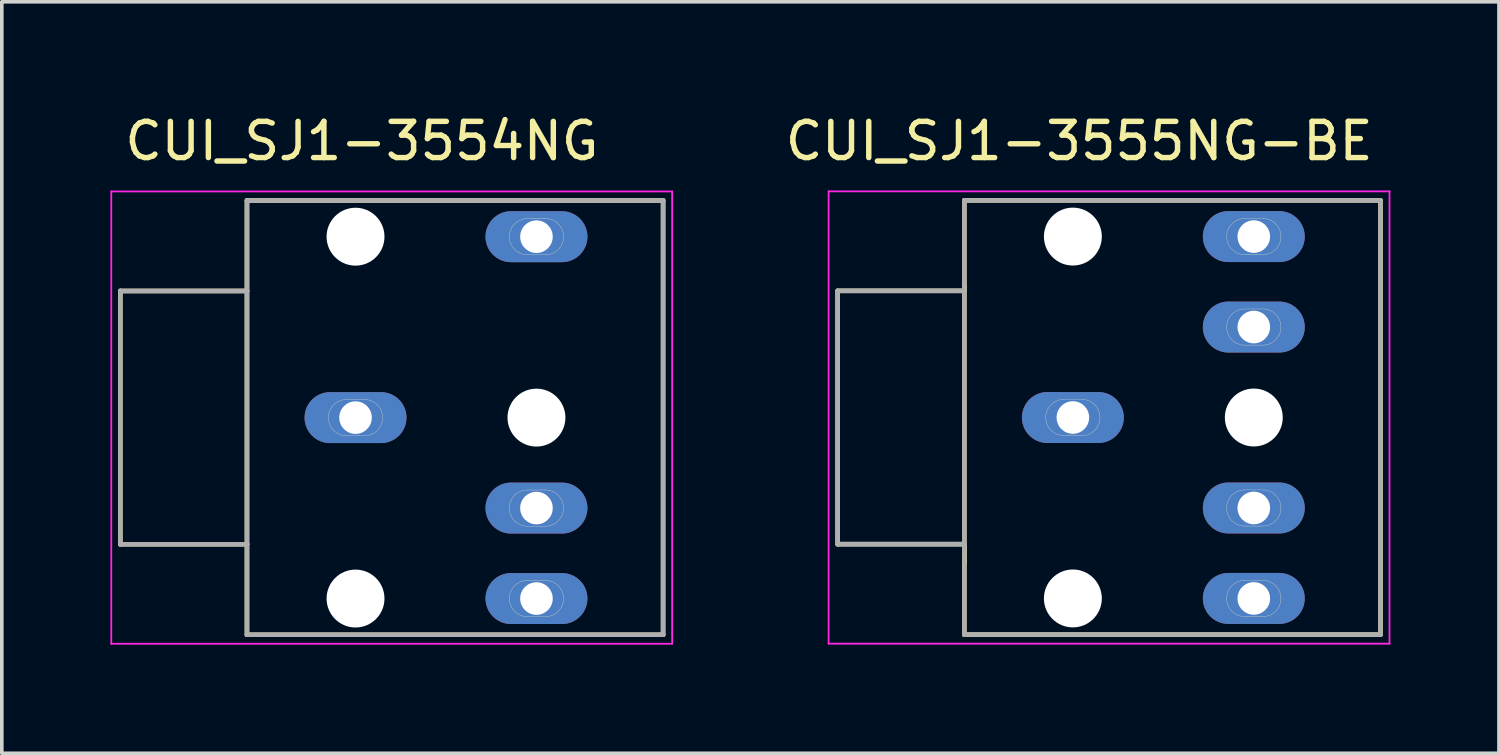
<source format=kicad_pcb>
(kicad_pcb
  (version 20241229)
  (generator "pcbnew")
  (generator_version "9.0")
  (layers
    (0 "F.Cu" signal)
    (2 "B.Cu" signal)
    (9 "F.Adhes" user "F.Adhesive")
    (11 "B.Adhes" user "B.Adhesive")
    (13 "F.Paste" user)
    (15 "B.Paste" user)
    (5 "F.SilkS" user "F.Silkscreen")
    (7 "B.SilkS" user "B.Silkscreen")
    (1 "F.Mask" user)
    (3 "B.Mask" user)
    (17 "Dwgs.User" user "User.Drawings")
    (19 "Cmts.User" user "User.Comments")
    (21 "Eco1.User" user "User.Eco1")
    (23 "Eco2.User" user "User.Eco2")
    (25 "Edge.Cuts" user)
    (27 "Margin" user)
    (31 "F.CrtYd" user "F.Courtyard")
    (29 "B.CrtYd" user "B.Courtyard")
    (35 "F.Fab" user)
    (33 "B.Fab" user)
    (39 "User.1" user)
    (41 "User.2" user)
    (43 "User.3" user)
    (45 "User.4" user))
  (footprint "CUI_SJ1-3555NG-BE"
    (layer "F.Cu")
    (at 26.599 8.488)
    (property "Reference" "CUI_SJ1-3555NG-BE" (at 0.175 -7.639 0) (layer "F.SilkS") (effects (font (size 1.001 1.001) (thickness 0.15))))
    (attr through_hole)
    (fp_line (start -6.5 -3.5) (end -3 -3.5) (stroke (width 0.127) (type solid)) (layer "F.SilkS"))
    (fp_line (start -6.5 3.5) (end -6.5 -3.5) (stroke (width 0.127) (type solid)) (layer "F.SilkS"))
    (fp_line (start -3 -6) (end 8.5 -6) (stroke (width 0.127) (type solid)) (layer "F.SilkS"))
    (fp_line (start -3 -3.6) (end -3 -6) (stroke (width 0.127) (type solid)) (layer "F.SilkS"))
    (fp_line (start -3 -3.6) (end -3 4) (stroke (width 0.127) (type solid)) (layer "F.SilkS"))
    (fp_line (start -3 -3.5) (end -3 -3.6) (stroke (width 0.127) (type solid)) (layer "F.SilkS"))
    (fp_line (start -3 3.5) (end -6.5 3.5) (stroke (width 0.127) (type solid)) (layer "F.SilkS"))
    (fp_line (start -3 4) (end -3 3.5) (stroke (width 0.127) (type solid)) (layer "F.SilkS"))
    (fp_line (start -3 6) (end -3 4) (stroke (width 0.127) (type solid)) (layer "F.SilkS"))
    (fp_line (start 8.5 -6) (end 8.5 6) (stroke (width 0.127) (type solid)) (layer "F.SilkS"))
    (fp_line (start 8.5 6) (end -3 6) (stroke (width 0.127) (type solid)) (layer "F.SilkS"))
    (fp_line (start -0.25 0.5) (end 0.25 0.5) (stroke (width 0.01) (type solid)) (layer "Edge.Cuts"))
    (fp_line (start 0.25 -0.5) (end -0.25 -0.5) (stroke (width 0.01) (type solid)) (layer "Edge.Cuts"))
    (fp_line (start 4.75 -4.5) (end 5.25 -4.5) (stroke (width 0.01) (type solid)) (layer "Edge.Cuts"))
    (fp_line (start 4.75 -2) (end 5.25 -2) (stroke (width 0.01) (type solid)) (layer "Edge.Cuts"))
    (fp_line (start 4.75 3) (end 5.25 3) (stroke (width 0.01) (type solid)) (layer "Edge.Cuts"))
    (fp_line (start 4.75 5.5) (end 5.25 5.5) (stroke (width 0.01) (type solid)) (layer "Edge.Cuts"))
    (fp_line (start 5.25 -5.5) (end 4.75 -5.5) (stroke (width 0.01) (type solid)) (layer "Edge.Cuts"))
    (fp_line (start 5.25 -3) (end 4.75 -3) (stroke (width 0.01) (type solid)) (layer "Edge.Cuts"))
    (fp_line (start 5.25 2) (end 4.75 2) (stroke (width 0.01) (type solid)) (layer "Edge.Cuts"))
    (fp_line (start 5.25 4.5) (end 4.75 4.5) (stroke (width 0.01) (type solid)) (layer "Edge.Cuts"))
    (fp_arc (start -0.75 0) (mid -0.603553 -0.353553) (end -0.25 -0.5) (stroke (width 0.01) (type solid)) (layer "Edge.Cuts"))
    (fp_arc (start -0.25 0.5) (mid -0.603553 0.353553) (end -0.75 0) (stroke (width 0.01) (type solid)) (layer "Edge.Cuts"))
    (fp_arc (start 0.25 -0.5) (mid 0.603553 -0.353553) (end 0.75 0) (stroke (width 0.01) (type solid)) (layer "Edge.Cuts"))
    (fp_arc (start 0.75 0) (mid 0.603553 0.353553) (end 0.25 0.5) (stroke (width 0.01) (type solid)) (layer "Edge.Cuts"))
    (fp_arc (start 4.25 -5) (mid 4.396447 -5.353553) (end 4.75 -5.5) (stroke (width 0.01) (type solid)) (layer "Edge.Cuts"))
    (fp_arc (start 4.25 -2.5) (mid 4.396447 -2.853553) (end 4.75 -3) (stroke (width 0.01) (type solid)) (layer "Edge.Cuts"))
    (fp_arc (start 4.25 2.5) (mid 4.396447 2.146447) (end 4.75 2) (stroke (width 0.01) (type solid)) (layer "Edge.Cuts"))
    (fp_arc (start 4.25 5) (mid 4.396447 4.646447) (end 4.75 4.5) (stroke (width 0.01) (type solid)) (layer "Edge.Cuts"))
    (fp_arc (start 4.75 -4.5) (mid 4.396447 -4.646447) (end 4.25 -5) (stroke (width 0.01) (type solid)) (layer "Edge.Cuts"))
    (fp_arc (start 4.75 -2) (mid 4.396447 -2.146447) (end 4.25 -2.5) (stroke (width 0.01) (type solid)) (layer "Edge.Cuts"))
    (fp_arc (start 4.75 3) (mid 4.396447 2.853553) (end 4.25 2.5) (stroke (width 0.01) (type solid)) (layer "Edge.Cuts"))
    (fp_arc (start 4.75 5.5) (mid 4.396447 5.353553) (end 4.25 5) (stroke (width 0.01) (type solid)) (layer "Edge.Cuts"))
    (fp_arc (start 5.25 -5.5) (mid 5.603553 -5.353553) (end 5.75 -5) (stroke (width 0.01) (type solid)) (layer "Edge.Cuts"))
    (fp_arc (start 5.25 -3) (mid 5.603553 -2.853553) (end 5.75 -2.5) (stroke (width 0.01) (type solid)) (layer "Edge.Cuts"))
    (fp_arc (start 5.25 2) (mid 5.603553 2.146447) (end 5.75 2.5) (stroke (width 0.01) (type solid)) (layer "Edge.Cuts"))
    (fp_arc (start 5.25 4.5) (mid 5.603553 4.646447) (end 5.75 5) (stroke (width 0.01) (type solid)) (layer "Edge.Cuts"))
    (fp_arc (start 5.75 -5) (mid 5.603553 -4.646447) (end 5.25 -4.5) (stroke (width 0.01) (type solid)) (layer "Edge.Cuts"))
    (fp_arc (start 5.75 -2.5) (mid 5.603553 -2.146447) (end 5.25 -2) (stroke (width 0.01) (type solid)) (layer "Edge.Cuts"))
    (fp_arc (start 5.75 2.5) (mid 5.603553 2.853553) (end 5.25 3) (stroke (width 0.01) (type solid)) (layer "Edge.Cuts"))
    (fp_arc (start 5.75 5) (mid 5.603553 5.353553) (end 5.25 5.5) (stroke (width 0.01) (type solid)) (layer "Edge.Cuts"))
    (fp_line (start -6.75 -6.25) (end 8.75 -6.25) (stroke (width 0.05) (type solid)) (layer "F.CrtYd"))
    (fp_line (start -6.75 6.25) (end -6.75 -6.25) (stroke (width 0.05) (type solid)) (layer "F.CrtYd"))
    (fp_line (start 8.75 -6.25) (end 8.75 6.25) (stroke (width 0.05) (type solid)) (layer "F.CrtYd"))
    (fp_line (start 8.75 6.25) (end -6.75 6.25) (stroke (width 0.05) (type solid)) (layer "F.CrtYd"))
    (fp_line (start -6.5 -3.5) (end -3 -3.5) (stroke (width 0.127) (type solid)) (layer "F.Fab"))
    (fp_line (start -6.5 3.5) (end -6.5 -3.5) (stroke (width 0.127) (type solid)) (layer "F.Fab"))
    (fp_line (start -3 -6) (end 8.5 -6) (stroke (width 0.127) (type solid)) (layer "F.Fab"))
    (fp_line (start -3 -3.7) (end -3 -6) (stroke (width 0.127) (type solid)) (layer "F.Fab"))
    (fp_line (start -3 -3.5) (end -3 -3.7) (stroke (width 0.127) (type solid)) (layer "F.Fab"))
    (fp_line (start -3 -3.5) (end -3 3.5) (stroke (width 0.127) (type solid)) (layer "F.Fab"))
    (fp_line (start -3 3.5) (end -6.5 3.5) (stroke (width 0.127) (type solid)) (layer "F.Fab"))
    (fp_line (start -3 3.9) (end -3 3.5) (stroke (width 0.127) (type solid)) (layer "F.Fab"))
    (fp_line (start -3 6) (end -3 3.9) (stroke (width 0.127) (type solid)) (layer "F.Fab"))
    (fp_line (start 8.5 -6) (end 8.5 6) (stroke (width 0.127) (type solid)) (layer "F.Fab"))
    (fp_line (start 8.5 6) (end -3 6) (stroke (width 0.127) (type solid)) (layer "F.Fab"))
    (pad "" np_thru_hole circle (at 0 -5) (size 1.6 1.6) (drill 1.6) (layers "*.Cu" "*.Mask"))
    (pad "" np_thru_hole circle (at 0 5) (size 1.6 1.6) (drill 1.6) (layers "*.Cu" "*.Mask"))
    (pad "" np_thru_hole circle (at 5 0) (size 1.6 1.6) (drill 1.6) (layers "*.Cu" "*.Mask"))
    (pad "1" thru_hole oval (at 0 0) (size 2.816 1.408) (drill 0.9) (layers "*.Cu" "*.Mask"))
    (pad "2" thru_hole oval (at 5 5) (size 2.816 1.408) (drill 0.9) (layers "*.Cu" "*.Mask"))
    (pad "3" thru_hole oval (at 5 -5) (size 2.816 1.408) (drill 0.9) (layers "*.Cu" "*.Mask"))
    (pad "4" thru_hole oval (at 5 2.5) (size 2.816 1.408) (drill 0.9) (layers "*.Cu" "*.Mask"))
    (pad "5" thru_hole oval (at 5 -2.5) (size 2.816 1.408) (drill 0.9) (layers "*.Cu" "*.Mask")))
  (footprint "CUI_SJ1-3554NG"
    (layer "F.Cu")
    (at 6.775 8.491)
    (property "Reference" "CUI_SJ1-3554NG" (at 0.175 -7.642 0) (layer "F.SilkS") (effects (font (size 1.001 1.001) (thickness 0.15))))
    (attr through_hole)
    (fp_line (start -6.5 -3.5) (end -3 -3.5) (stroke (width 0.127) (type solid)) (layer "F.SilkS"))
    (fp_line (start -6.5 3.5) (end -6.5 -3.5) (stroke (width 0.127) (type solid)) (layer "F.SilkS"))
    (fp_line (start -3 -6) (end 8.5 -6) (stroke (width 0.127) (type solid)) (layer "F.SilkS"))
    (fp_line (start -3 -3.5) (end -3 -6) (stroke (width 0.127) (type solid)) (layer "F.SilkS"))
    (fp_line (start -3 -3.5) (end -3 3.5) (stroke (width 0.127) (type solid)) (layer "F.SilkS"))
    (fp_line (start -3 3.5) (end -6.5 3.5) (stroke (width 0.127) (type solid)) (layer "F.SilkS"))
    (fp_line (start -3 6) (end -3 3.5) (stroke (width 0.127) (type solid)) (layer "F.SilkS"))
    (fp_line (start 8.5 -6) (end 8.5 6) (stroke (width 0.127) (type solid)) (layer "F.SilkS"))
    (fp_line (start 8.5 6) (end -3 6) (stroke (width 0.127) (type solid)) (layer "F.SilkS"))
    (fp_line (start -0.25 0.5) (end 0.25 0.5) (stroke (width 0.01) (type solid)) (layer "Edge.Cuts"))
    (fp_line (start 0.25 -0.5) (end -0.25 -0.5) (stroke (width 0.01) (type solid)) (layer "Edge.Cuts"))
    (fp_line (start 4.75 -4.5) (end 5.25 -4.5) (stroke (width 0.01) (type solid)) (layer "Edge.Cuts"))
    (fp_line (start 4.75 3) (end 5.25 3) (stroke (width 0.01) (type solid)) (layer "Edge.Cuts"))
    (fp_line (start 4.75 5.5) (end 5.25 5.5) (stroke (width 0.01) (type solid)) (layer "Edge.Cuts"))
    (fp_line (start 5.25 -5.5) (end 4.75 -5.5) (stroke (width 0.01) (type solid)) (layer "Edge.Cuts"))
    (fp_line (start 5.25 2) (end 4.75 2) (stroke (width 0.01) (type solid)) (layer "Edge.Cuts"))
    (fp_line (start 5.25 4.5) (end 4.75 4.5) (stroke (width 0.01) (type solid)) (layer "Edge.Cuts"))
    (fp_arc (start -0.75 0) (mid -0.603553 -0.353553) (end -0.25 -0.5) (stroke (width 0.01) (type solid)) (layer "Edge.Cuts"))
    (fp_arc (start -0.25 0.5) (mid -0.603553 0.353553) (end -0.75 0) (stroke (width 0.01) (type solid)) (layer "Edge.Cuts"))
    (fp_arc (start 0.25 -0.5) (mid 0.603553 -0.353553) (end 0.75 0) (stroke (width 0.01) (type solid)) (layer "Edge.Cuts"))
    (fp_arc (start 0.75 0) (mid 0.603553 0.353553) (end 0.25 0.5) (stroke (width 0.01) (type solid)) (layer "Edge.Cuts"))
    (fp_arc (start 4.25 -5) (mid 4.396447 -5.353553) (end 4.75 -5.5) (stroke (width 0.01) (type solid)) (layer "Edge.Cuts"))
    (fp_arc (start 4.25 2.5) (mid 4.396447 2.146447) (end 4.75 2) (stroke (width 0.01) (type solid)) (layer "Edge.Cuts"))
    (fp_arc (start 4.25 5) (mid 4.396447 4.646447) (end 4.75 4.5) (stroke (width 0.01) (type solid)) (layer "Edge.Cuts"))
    (fp_arc (start 4.75 -4.5) (mid 4.396447 -4.646447) (end 4.25 -5) (stroke (width 0.01) (type solid)) (layer "Edge.Cuts"))
    (fp_arc (start 4.75 3) (mid 4.396447 2.853553) (end 4.25 2.5) (stroke (width 0.01) (type solid)) (layer "Edge.Cuts"))
    (fp_arc (start 4.75 5.5) (mid 4.396447 5.353553) (end 4.25 5) (stroke (width 0.01) (type solid)) (layer "Edge.Cuts"))
    (fp_arc (start 5.25 -5.5) (mid 5.603553 -5.353553) (end 5.75 -5) (stroke (width 0.01) (type solid)) (layer "Edge.Cuts"))
    (fp_arc (start 5.25 2) (mid 5.603553 2.146447) (end 5.75 2.5) (stroke (width 0.01) (type solid)) (layer "Edge.Cuts"))
    (fp_arc (start 5.25 4.5) (mid 5.603553 4.646447) (end 5.75 5) (stroke (width 0.01) (type solid)) (layer "Edge.Cuts"))
    (fp_arc (start 5.75 -5) (mid 5.603553 -4.646447) (end 5.25 -4.5) (stroke (width 0.01) (type solid)) (layer "Edge.Cuts"))
    (fp_arc (start 5.75 2.5) (mid 5.603553 2.853553) (end 5.25 3) (stroke (width 0.01) (type solid)) (layer "Edge.Cuts"))
    (fp_arc (start 5.75 5) (mid 5.603553 5.353553) (end 5.25 5.5) (stroke (width 0.01) (type solid)) (layer "Edge.Cuts"))
    (fp_line (start -6.75 -6.25) (end 8.75 -6.25) (stroke (width 0.05) (type solid)) (layer "F.CrtYd"))
    (fp_line (start -6.75 6.25) (end -6.75 -6.25) (stroke (width 0.05) (type solid)) (layer "F.CrtYd"))
    (fp_line (start 8.75 -6.25) (end 8.75 6.25) (stroke (width 0.05) (type solid)) (layer "F.CrtYd"))
    (fp_line (start 8.75 6.25) (end -6.75 6.25) (stroke (width 0.05) (type solid)) (layer "F.CrtYd"))
    (fp_line (start -6.5 -3.5) (end -3 -3.5) (stroke (width 0.127) (type solid)) (layer "F.Fab"))
    (fp_line (start -6.5 3.5) (end -6.5 -3.5) (stroke (width 0.127) (type solid)) (layer "F.Fab"))
    (fp_line (start -3 -6) (end 8.5 -6) (stroke (width 0.127) (type solid)) (layer "F.Fab"))
    (fp_line (start -3 -3.5) (end -3 -6) (stroke (width 0.127) (type solid)) (layer "F.Fab"))
    (fp_line (start -3 -3.5) (end -3 3.5) (stroke (width 0.127) (type solid)) (layer "F.Fab"))
    (fp_line (start -3 3.5) (end -6.5 3.5) (stroke (width 0.127) (type solid)) (layer "F.Fab"))
    (fp_line (start -3 6) (end -3 3.5) (stroke (width 0.127) (type solid)) (layer "F.Fab"))
    (fp_line (start 8.5 -6) (end 8.5 6) (stroke (width 0.127) (type solid)) (layer "F.Fab"))
    (fp_line (start 8.5 6) (end -3 6) (stroke (width 0.127) (type solid)) (layer "F.Fab"))
    (pad "" np_thru_hole circle (at 0 -5) (size 1.6 1.6) (drill 1.6) (layers "*.Cu" "*.Mask"))
    (pad "" np_thru_hole circle (at 0 5) (size 1.6 1.6) (drill 1.6) (layers "*.Cu" "*.Mask"))
    (pad "" np_thru_hole circle (at 5 0) (size 1.6 1.6) (drill 1.6) (layers "*.Cu" "*.Mask"))
    (pad "1" thru_hole oval (at 0 0) (size 2.816 1.408) (drill 0.9) (layers "*.Cu" "*.Mask"))
    (pad "2" thru_hole oval (at 5 5) (size 2.816 1.408) (drill 0.9) (layers "*.Cu" "*.Mask"))
    (pad "3" thru_hole oval (at 5 -5) (size 2.816 1.408) (drill 0.9) (layers "*.Cu" "*.Mask"))
    (pad "4" thru_hole oval (at 5 2.5) (size 2.816 1.408) (drill 0.9) (layers "*.Cu" "*.Mask")))
  (gr_rect
    (start -3 -3)
    (end 38.374 17.766)
    (stroke (width 0.1) (type default))
    (fill no)
    (layer "Edge.Cuts")))
</source>
